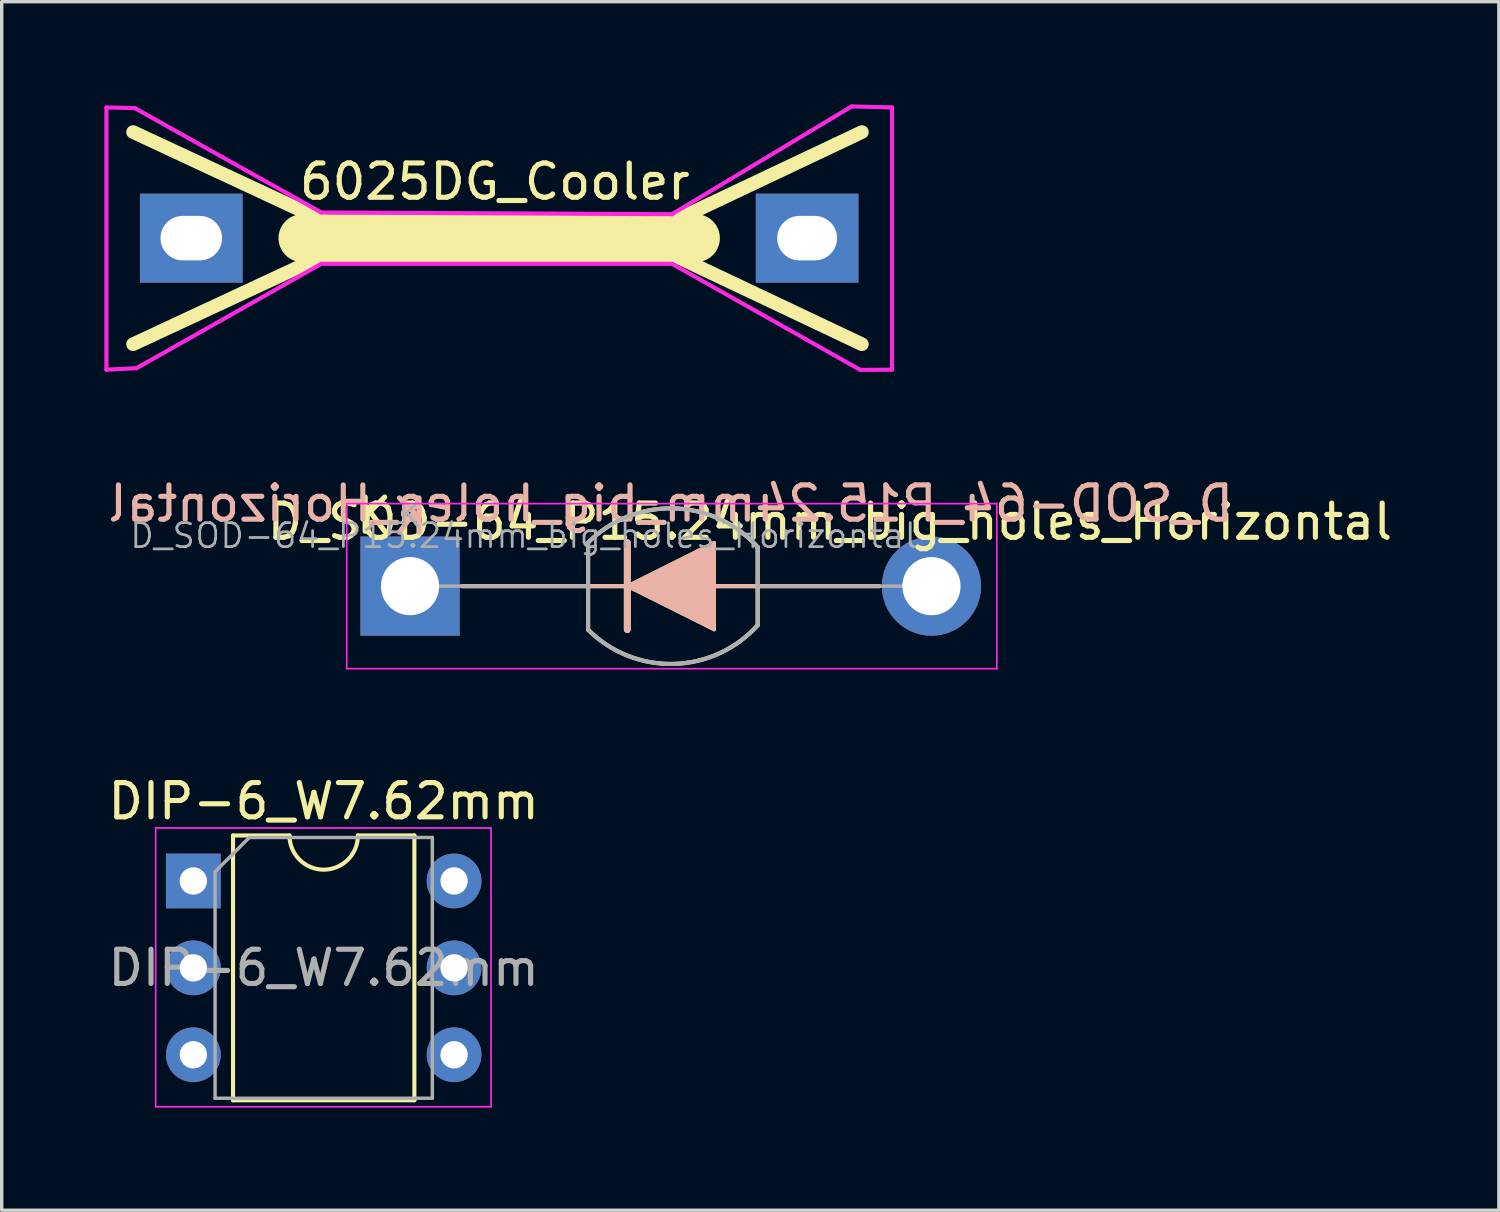
<source format=kicad_pcb>
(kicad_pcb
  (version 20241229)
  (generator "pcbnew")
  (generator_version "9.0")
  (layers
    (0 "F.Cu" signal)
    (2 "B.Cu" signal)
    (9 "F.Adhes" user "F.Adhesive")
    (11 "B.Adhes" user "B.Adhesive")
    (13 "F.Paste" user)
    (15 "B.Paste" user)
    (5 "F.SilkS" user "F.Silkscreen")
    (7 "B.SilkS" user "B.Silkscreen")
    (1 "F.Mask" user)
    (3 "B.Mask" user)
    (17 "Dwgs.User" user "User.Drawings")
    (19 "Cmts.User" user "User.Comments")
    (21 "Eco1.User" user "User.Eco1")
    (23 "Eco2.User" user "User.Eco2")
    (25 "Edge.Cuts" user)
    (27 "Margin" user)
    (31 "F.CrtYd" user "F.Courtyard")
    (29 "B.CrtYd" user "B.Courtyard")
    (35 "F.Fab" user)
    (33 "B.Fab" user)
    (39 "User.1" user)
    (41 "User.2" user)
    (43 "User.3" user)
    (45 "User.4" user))
  (footprint "DIP-6_W7.62mm"
    (layer "F.Cu")
    (at 2.601 22.698)
    (property "Reference" "DIP-6_W7.62mm" (at 3.81 -2.33 180) (layer "F.SilkS") (effects (font (size 1 1) (thickness 0.15))))
    (attr through_hole)
    (fp_line (start 1.16 -1.33) (end 1.16 6.41) (stroke (width 0.12) (type solid)) (layer "F.SilkS"))
    (fp_line (start 1.16 6.41) (end 6.46 6.41) (stroke (width 0.12) (type solid)) (layer "F.SilkS"))
    (fp_line (start 2.81 -1.33) (end 1.16 -1.33) (stroke (width 0.12) (type solid)) (layer "F.SilkS"))
    (fp_line (start 6.46 -1.33) (end 4.81 -1.33) (stroke (width 0.12) (type solid)) (layer "F.SilkS"))
    (fp_line (start 6.46 6.41) (end 6.46 -1.33) (stroke (width 0.12) (type solid)) (layer "F.SilkS"))
    (fp_arc (start 4.81 -1.33) (mid 3.81 -0.33) (end 2.81 -1.33) (stroke (width 0.12) (type solid)) (layer "F.SilkS"))
    (fp_line (start -1.1 -1.55) (end -1.1 6.6) (stroke (width 0.05) (type solid)) (layer "F.CrtYd"))
    (fp_line (start -1.1 6.6) (end 8.7 6.6) (stroke (width 0.05) (type solid)) (layer "F.CrtYd"))
    (fp_line (start 8.7 -1.55) (end -1.1 -1.55) (stroke (width 0.05) (type solid)) (layer "F.CrtYd"))
    (fp_line (start 8.7 6.6) (end 8.7 -1.55) (stroke (width 0.05) (type solid)) (layer "F.CrtYd"))
    (fp_line (start 0.635 -0.27) (end 1.635 -1.27) (stroke (width 0.1) (type solid)) (layer "F.Fab"))
    (fp_line (start 0.635 6.35) (end 0.635 -0.27) (stroke (width 0.1) (type solid)) (layer "F.Fab"))
    (fp_line (start 1.635 -1.27) (end 6.985 -1.27) (stroke (width 0.1) (type solid)) (layer "F.Fab"))
    (fp_line (start 6.985 -1.27) (end 6.985 6.35) (stroke (width 0.1) (type solid)) (layer "F.Fab"))
    (fp_line (start 6.985 6.35) (end 0.635 6.35) (stroke (width 0.1) (type solid)) (layer "F.Fab"))
    (fp_text user "${REFERENCE}" (at 3.81 2.54 180) (layer "F.Fab") (effects (font (size 1 1) (thickness 0.15))))
    (pad "1" thru_hole rect (at 0 0) (size 1.6 1.6) (drill 0.8) (layers "*.Cu" "*.Mask"))
    (pad "2" thru_hole oval (at 0 2.54) (size 1.6 1.6) (drill 0.8) (layers "*.Cu" "*.Mask"))
    (pad "3" thru_hole oval (at 0 5.08) (size 1.6 1.6) (drill 0.8) (layers "*.Cu" "*.Mask"))
    (pad "4" thru_hole oval (at 7.62 5.08) (size 1.6 1.6) (drill 0.8) (layers "*.Cu" "*.Mask"))
    (pad "5" thru_hole oval (at 7.62 2.54) (size 1.6 1.6) (drill 0.8) (layers "*.Cu" "*.Mask"))
    (pad "6" thru_hole oval (at 7.62 0) (size 1.6 1.6) (drill 0.8) (layers "*.Cu" "*.Mask")))
  (footprint "D_SOD-64_P15.24mm_big_holes_Horizontal"
    (layer "F.Cu")
    (at 8.884 14.068)
    (property "Reference" "D_SOD-64_P15.24mm_big_holes_Horizontal" (at 12.32 -1.87 0) (unlocked yes) (layer "F.SilkS") (effects (font (size 1 1) (thickness 0.15))))
    (attr smd)
    (fp_line (start 1.574 0.013) (end 13.766 0.013) (stroke (width 0.12) (type solid)) (layer "F.SilkS"))
    (fp_line (start 5.254 1.283) (end 5.254 -1.26) (stroke (width 0.12) (type solid)) (layer "F.SilkS"))
    (fp_line (start 6.4 1.283) (end 6.4 -1.257) (stroke (width 0.2) (type solid)) (layer "F.SilkS"))
    (fp_line (start 10.21 -1.13) (end 10.21 1.156) (stroke (width 0.12) (type solid)) (layer "F.SilkS"))
    (fp_arc (start 5.25366 -1.26034) (mid 7.759833 -2.26004) (end 10.209998 -1.13) (stroke (width 0.12) (type solid)) (layer "F.SilkS"))
    (fp_arc (start 10.21 1.156) (mid 7.760216 2.286029) (end 5.254202 1.286879) (stroke (width 0.12) (type solid)) (layer "F.SilkS"))
    (fp_poly (pts (xy 8.94 1.283) (xy 6.4 0.013) (xy 8.94 -1.257)) (stroke (width 0.1) (type solid)) (fill yes) (layer "F.SilkS"))
    (fp_line (start 1.574 0.013) (end 13.766 0.013) (stroke (width 0.12) (type solid)) (layer "B.SilkS"))
    (fp_line (start 6.4 -1.257) (end 6.4 1.283) (stroke (width 0.2) (type solid)) (layer "B.SilkS"))
    (fp_poly (pts (xy 8.94 -1.257) (xy 6.4 0.013) (xy 8.94 1.283)) (stroke (width 0.1) (type solid)) (fill yes) (layer "B.SilkS"))
    (fp_line (start -1.8 -2.4) (end -1.8 2.426) (stroke (width 0.05) (type solid)) (layer "F.CrtYd"))
    (fp_line (start -1.8 2.426) (end 17.2 2.426) (stroke (width 0.05) (type solid)) (layer "F.CrtYd"))
    (fp_line (start 17.2 -2.4) (end -1.8 -2.4) (stroke (width 0.05) (type solid)) (layer "F.CrtYd"))
    (fp_line (start 17.2 2.426) (end 17.2 -2.4) (stroke (width 0.05) (type solid)) (layer "F.CrtYd"))
    (fp_line (start 0.05 0.013) (end 5.254 0.013) (stroke (width 0.1) (type solid)) (layer "F.Fab"))
    (fp_line (start 5.254 1.287) (end 5.254 -1.26) (stroke (width 0.12) (type solid)) (layer "F.Fab"))
    (fp_line (start 10.21 -1.13) (end 10.21 1.156) (stroke (width 0.12) (type solid)) (layer "F.Fab"))
    (fp_line (start 15.29 0.013) (end 10.21 0.013) (stroke (width 0.1) (type solid)) (layer "F.Fab"))
    (fp_arc (start 5.2542 -1.260879) (mid 7.760214 -2.260029) (end 10.209998 -1.13) (stroke (width 0.12) (type solid)) (layer "F.Fab"))
    (fp_arc (start 10.21 1.156) (mid 7.760216 2.286029) (end 5.254202 1.286879) (stroke (width 0.12) (type solid)) (layer "F.Fab"))
    (fp_text user "K" (at -1 -2.046 0) (layer "F.SilkS") (effects (font (size 1 1) (thickness 0.15))))
    (fp_text user "K" (at 0.05 -2.019 0) (layer "B.SilkS") (effects (font (size 1 1) (thickness 0.15)) (justify mirror)))
    (fp_text user "${REFERENCE}" (at 7.67 -2.4 0) (layer "B.SilkS") (effects (font (size 1 1) (thickness 0.15)) (justify mirror)))
    (fp_text user "K" (at 0.05 -2.06 0) (layer "F.Fab") (effects (font (size 0.7 0.7) (thickness 0.08))))
    (fp_text user "${REFERENCE}" (at 3.369 -1.462 0) (layer "F.Fab") (effects (font (size 0.7 0.7) (thickness 0.08))))
    (pad "1" thru_hole rect (at 0.05 0.013) (size 2.9 2.9) (drill 1.7) (layers "*.Cu" "*.Mask"))
    (pad "2" thru_hole circle (at 15.29 0.013) (size 2.9 2.9) (drill 1.7) (layers "*.Cu" "*.Mask")))
  (footprint "6025DG_Cooler"
    (layer "F.Cu")
    (at 11.54 3.91)
    (property "Reference" "6025DG_Cooler" (at -0.127 -1.651 0) (unlocked yes) (layer "F.SilkS") (effects (font (size 1 1) (thickness 0.15))))
    (attr through_hole)
    (fp_line (start -10.7 -3.1) (end -4.05 0) (stroke (width 0.4) (type default)) (layer "F.SilkS"))
    (fp_line (start -10.7 3.1) (end -4.05 0) (stroke (width 0.4) (type default)) (layer "F.SilkS"))
    (fp_line (start -5.75 0) (end 5.75 0) (stroke (width 1.4) (type default)) (layer "F.SilkS"))
    (fp_line (start 4.05 0) (end 10.6 -3.1) (stroke (width 0.4) (type default)) (layer "F.SilkS"))
    (fp_line (start 4.05 0) (end 10.6 3.1) (stroke (width 0.4) (type default)) (layer "F.SilkS"))
    (fp_line (start -11.48 -3.82) (end -11.48 3.845) (stroke (width 0.12) (type default)) (layer "F.CrtYd"))
    (fp_line (start -11.48 3.845) (end -10.6 3.8) (stroke (width 0.12) (type default)) (layer "F.CrtYd"))
    (fp_line (start -10.65 -3.8) (end -11.48 -3.82) (stroke (width 0.12) (type default)) (layer "F.CrtYd"))
    (fp_line (start -5.2 -0.75) (end -10.65 -3.8) (stroke (width 0.12) (type default)) (layer "F.CrtYd"))
    (fp_line (start -5.2 0.75) (end -10.6 3.8) (stroke (width 0.12) (type default)) (layer "F.CrtYd"))
    (fp_line (start -5.2 0.75) (end 5.05 0.75) (stroke (width 0.12) (type default)) (layer "F.CrtYd"))
    (fp_line (start 5.05 -0.7) (end -5.2 -0.75) (stroke (width 0.12) (type default)) (layer "F.CrtYd"))
    (fp_line (start 5.05 0.75) (end 10.55 3.85) (stroke (width 0.12) (type default)) (layer "F.CrtYd"))
    (fp_line (start 10.3 -3.85) (end 5.05 -0.7) (stroke (width 0.12) (type default)) (layer "F.CrtYd"))
    (fp_line (start 10.55 3.85) (end 11.48 3.845) (stroke (width 0.12) (type default)) (layer "F.CrtYd"))
    (fp_line (start 11.48 -3.82) (end 10.3 -3.85) (stroke (width 0.12) (type default)) (layer "F.CrtYd"))
    (fp_line (start 11.48 -3.82) (end 11.48 3.845) (stroke (width 0.12) (type default)) (layer "F.CrtYd"))
    (pad "1" thru_hole rect (at -9 0) (size 3 2.6) (drill oval 1.8 1.3) (property pad_prop_heatsink) (layers "*.Cu" "*.Mask"))
    (pad "2" thru_hole rect (at 9 0) (size 3 2.6) (drill oval 1.75 1.3) (property pad_prop_heatsink) (layers "*.Cu" "*.Mask")))
  (gr_rect
    (start -3 -3)
    (end 40.757 32.322)
    (stroke (width 0.1) (type default))
    (fill no)
    (layer "Edge.Cuts")))
</source>
